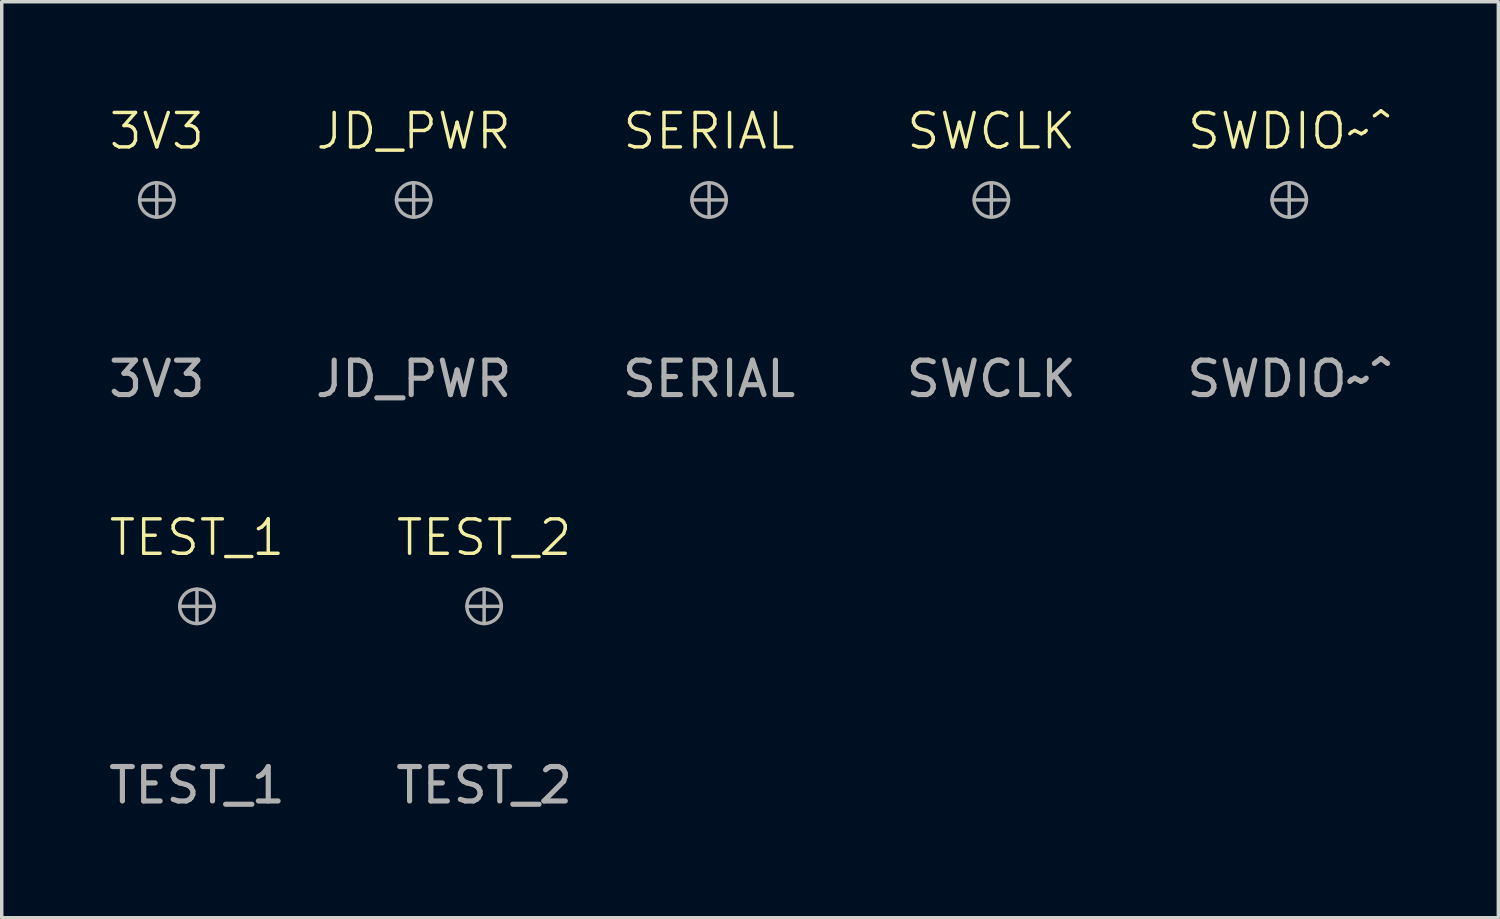
<source format=kicad_pcb>
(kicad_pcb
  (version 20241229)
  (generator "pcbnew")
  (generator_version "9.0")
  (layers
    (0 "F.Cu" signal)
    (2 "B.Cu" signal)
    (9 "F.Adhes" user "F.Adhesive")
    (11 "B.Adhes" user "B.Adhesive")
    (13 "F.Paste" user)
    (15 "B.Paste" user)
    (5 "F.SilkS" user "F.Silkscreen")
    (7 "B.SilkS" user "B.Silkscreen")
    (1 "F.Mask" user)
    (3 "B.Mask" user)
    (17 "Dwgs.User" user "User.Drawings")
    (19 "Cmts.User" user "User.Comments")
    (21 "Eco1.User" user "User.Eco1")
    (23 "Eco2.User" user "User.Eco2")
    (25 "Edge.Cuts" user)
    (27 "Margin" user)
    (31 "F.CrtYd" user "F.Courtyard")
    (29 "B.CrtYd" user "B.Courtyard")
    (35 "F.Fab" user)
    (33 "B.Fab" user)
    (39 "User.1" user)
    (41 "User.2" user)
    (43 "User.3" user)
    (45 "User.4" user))
  (footprint "TEST_2"
    (layer "F.Cu")
    (at 11.018 14.569)
    (property "Reference" "TEST_2" (at 0 -2 0) (unlocked yes) (layer "F.SilkS") (effects (font (size 1 1) (thickness 0.1))))
    (attr exclude_from_pos_files exclude_from_bom allow_missing_courtyard dnp)
    (fp_line (start -0.5 0) (end 0.5 0) (stroke (width 0.1) (type solid)) (layer "F.Fab"))
    (fp_line (start 0 -0.5) (end 0 0.5) (stroke (width 0.1) (type solid)) (layer "F.Fab"))
    (fp_circle (center 0 0) (end 0.5 0) (stroke (width 0.1) (type solid)) (fill no) (layer "F.Fab"))
    (fp_line (start 0 0) (end 0 0) (stroke (width 0.01) (type solid)) (layer "User.1"))
    (fp_line (start 0 0) (end 0 0) (stroke (width 0.011) (type solid)) (layer "User.1"))
    (fp_line (start 0 0) (end 0 0) (stroke (width 0.021) (type solid)) (layer "User.1"))
    (fp_line (start 0 0) (end 0 0) (stroke (width 0.031) (type solid)) (layer "User.1"))
    (fp_line (start 0 0) (end 0 0) (stroke (width 0.041) (type solid)) (layer "User.1"))
    (fp_line (start 0 0) (end 0 0) (stroke (width 0.051) (type solid)) (layer "User.1"))
    (fp_line (start 0 0) (end 0 0) (stroke (width 0.06) (type solid)) (layer "User.1"))
    (fp_text user "${REFERENCE}" (at 0 5.2 0) (unlocked yes) (layer "F.Fab") (effects (font (size 1 1) (thickness 0.15))))
    (pad "1" smd circle (at 0 0) (size 0.125 0.125) (layers "F.Cu"))
    (zone (net_name "") (layers "F.Cu" "B.Cu") (hatch edge 0.5) (connect_pads) (min_thickness 0.25) (filled_areas_thickness no) (keepout (tracks allowed) (vias not_allowed) (pads allowed) (copperpour not_allowed) (footprints allowed)) (placement (enabled no)) (fill) (polygon (pts (xy 11.514 14.504) (xy 11.48 14.378) (xy 11.415 14.265) (xy 11.322 14.173) (xy 11.209 14.107) (xy 11.083 14.074) (xy 10.953 14.074) (xy 10.827 14.107) (xy 10.713 14.173) (xy 10.621 14.265) (xy 10.556 14.378) (xy 10.522 14.504) (xy 10.522 14.635) (xy 10.556 14.761) (xy 10.621 14.874) (xy 10.713 14.966) (xy 10.827 15.031) (xy 10.953 15.065) (xy 11.083 15.065) (xy 11.209 15.031) (xy 11.322 14.966) (xy 11.415 14.874) (xy 11.48 14.761) (xy 11.514 14.635)))))
  (footprint "SWCLK"
    (layer "F.Cu")
    (at 25.756 2.76)
    (property "Reference" "SWCLK" (at 0 -2 0) (unlocked yes) (layer "F.SilkS") (effects (font (size 1 1) (thickness 0.1))))
    (attr exclude_from_pos_files exclude_from_bom allow_missing_courtyard dnp)
    (fp_line (start -0.5 0) (end 0.5 0) (stroke (width 0.1) (type solid)) (layer "F.Fab"))
    (fp_line (start 0 -0.5) (end 0 0.5) (stroke (width 0.1) (type solid)) (layer "F.Fab"))
    (fp_circle (center 0 0) (end 0.5 0) (stroke (width 0.1) (type solid)) (fill no) (layer "F.Fab"))
    (fp_line (start 0 0) (end 0 0) (stroke (width 0.01) (type solid)) (layer "User.1"))
    (fp_line (start 0 0) (end 0 0) (stroke (width 0.011) (type solid)) (layer "User.1"))
    (fp_line (start 0 0) (end 0 0) (stroke (width 0.021) (type solid)) (layer "User.1"))
    (fp_line (start 0 0) (end 0 0) (stroke (width 0.031) (type solid)) (layer "User.1"))
    (fp_line (start 0 0) (end 0 0) (stroke (width 0.041) (type solid)) (layer "User.1"))
    (fp_line (start 0 0) (end 0 0) (stroke (width 0.051) (type solid)) (layer "User.1"))
    (fp_text user "${REFERENCE}" (at 0 5.2 0) (unlocked yes) (layer "F.Fab") (effects (font (size 1 1) (thickness 0.15))))
    (pad "1" smd circle (at 0 0) (size 0.125 0.125) (layers "F.Cu"))
    (zone (net_name "") (layers "F.Cu" "B.Cu") (hatch edge 0.5) (connect_pads) (min_thickness 0.25) (filled_areas_thickness no) (keepout (tracks allowed) (vias not_allowed) (pads allowed) (copperpour not_allowed) (footprints allowed)) (placement (enabled no)) (fill) (polygon (pts (xy 26.252 2.695) (xy 26.218 2.569) (xy 26.153 2.456) (xy 26.06 2.364) (xy 25.947 2.299) (xy 25.821 2.265) (xy 25.691 2.265) (xy 25.565 2.299) (xy 25.452 2.364) (xy 25.359 2.456) (xy 25.294 2.569) (xy 25.26 2.695) (xy 25.26 2.826) (xy 25.294 2.952) (xy 25.359 3.065) (xy 25.452 3.157) (xy 25.565 3.222) (xy 25.691 3.256) (xy 25.821 3.256) (xy 25.947 3.222) (xy 26.06 3.157) (xy 26.153 3.065) (xy 26.218 2.952) (xy 26.252 2.826)))))
  (footprint "SERIAL"
    (layer "F.Cu")
    (at 17.554 2.76)
    (property "Reference" "SERIAL" (at 0 -2 0) (unlocked yes) (layer "F.SilkS") (effects (font (size 1 1) (thickness 0.1))))
    (attr exclude_from_pos_files exclude_from_bom allow_missing_courtyard dnp)
    (fp_line (start -0.5 0) (end 0.5 0) (stroke (width 0.1) (type solid)) (layer "F.Fab"))
    (fp_line (start 0 -0.5) (end 0 0.5) (stroke (width 0.1) (type solid)) (layer "F.Fab"))
    (fp_circle (center 0 0) (end 0.5 0) (stroke (width 0.1) (type solid)) (fill no) (layer "F.Fab"))
    (fp_line (start 0 0) (end 0 0) (stroke (width 0.01) (type solid)) (layer "User.1"))
    (fp_line (start 0 0) (end 0 0) (stroke (width 0.011) (type solid)) (layer "User.1"))
    (fp_line (start 0 0) (end 0 0) (stroke (width 0.021) (type solid)) (layer "User.1"))
    (fp_line (start 0 0) (end 0 0) (stroke (width 0.031) (type solid)) (layer "User.1"))
    (fp_line (start 0 0) (end 0 0) (stroke (width 0.041) (type solid)) (layer "User.1"))
    (fp_line (start 0 0) (end 0 0) (stroke (width 0.051) (type solid)) (layer "User.1"))
    (fp_line (start 0 0) (end 0 0) (stroke (width 0.061) (type solid)) (layer "User.1"))
    (fp_text user "${REFERENCE}" (at 0 5.2 0) (unlocked yes) (layer "F.Fab") (effects (font (size 1 1) (thickness 0.15))))
    (pad "1" smd circle (at 0 0) (size 0.125 0.125) (layers "F.Cu"))
    (zone (net_name "") (layers "F.Cu" "B.Cu") (hatch edge 0.5) (connect_pads) (min_thickness 0.25) (filled_areas_thickness no) (keepout (tracks allowed) (vias not_allowed) (pads allowed) (copperpour not_allowed) (footprints allowed)) (placement (enabled no)) (fill) (polygon (pts (xy 18.049 2.695) (xy 18.016 2.569) (xy 17.95 2.456) (xy 17.858 2.364) (xy 17.745 2.299) (xy 17.619 2.265) (xy 17.488 2.265) (xy 17.362 2.299) (xy 17.249 2.364) (xy 17.157 2.456) (xy 17.092 2.569) (xy 17.058 2.695) (xy 17.058 2.826) (xy 17.092 2.952) (xy 17.157 3.065) (xy 17.249 3.157) (xy 17.362 3.222) (xy 17.488 3.256) (xy 17.619 3.256) (xy 17.745 3.222) (xy 17.858 3.157) (xy 17.95 3.065) (xy 18.016 2.952) (xy 18.049 2.826)))))
  (footprint "JD_PWR"
    (layer "F.Cu")
    (at 8.97 2.76)
    (property "Reference" "JD_PWR" (at 0 -2 0) (unlocked yes) (layer "F.SilkS") (effects (font (size 1 1) (thickness 0.1))))
    (attr exclude_from_pos_files exclude_from_bom allow_missing_courtyard dnp)
    (fp_line (start -0.5 0) (end 0.5 0) (stroke (width 0.1) (type solid)) (layer "F.Fab"))
    (fp_line (start 0 -0.5) (end 0 0.5) (stroke (width 0.1) (type solid)) (layer "F.Fab"))
    (fp_circle (center 0 0) (end 0.5 0) (stroke (width 0.1) (type solid)) (fill no) (layer "F.Fab"))
    (fp_line (start 0 0) (end 0 0) (stroke (width 0.01) (type solid)) (layer "User.1"))
    (fp_line (start 0 0) (end 0 0) (stroke (width 0.011) (type solid)) (layer "User.1"))
    (fp_line (start 0 0) (end 0 0) (stroke (width 0.021) (type solid)) (layer "User.1"))
    (fp_line (start 0 0) (end 0 0) (stroke (width 0.031) (type solid)) (layer "User.1"))
    (fp_line (start 0 0) (end 0 0) (stroke (width 0.041) (type solid)) (layer "User.1"))
    (fp_line (start 0 0) (end 0 0) (stroke (width 0.051) (type solid)) (layer "User.1"))
    (fp_line (start 0 0) (end 0 0) (stroke (width 0.061) (type solid)) (layer "User.1"))
    (fp_text user "${REFERENCE}" (at 0 5.2 0) (unlocked yes) (layer "F.Fab") (effects (font (size 1 1) (thickness 0.15))))
    (pad "1" smd circle (at 0 0) (size 0.125 0.125) (layers "F.Cu"))
    (zone (net_name "") (layers "F.Cu" "B.Cu") (hatch edge 0.5) (connect_pads) (min_thickness 0.25) (filled_areas_thickness no) (keepout (tracks allowed) (vias not_allowed) (pads allowed) (copperpour not_allowed) (footprints allowed)) (placement (enabled no)) (fill) (polygon (pts (xy 9.466 2.695) (xy 9.432 2.569) (xy 9.367 2.456) (xy 9.275 2.364) (xy 9.162 2.299) (xy 9.036 2.265) (xy 8.905 2.265) (xy 8.779 2.299) (xy 8.666 2.364) (xy 8.574 2.456) (xy 8.508 2.569) (xy 8.475 2.695) (xy 8.475 2.826) (xy 8.508 2.952) (xy 8.574 3.065) (xy 8.666 3.157) (xy 8.779 3.222) (xy 8.905 3.256) (xy 9.036 3.256) (xy 9.162 3.222) (xy 9.275 3.157) (xy 9.367 3.065) (xy 9.432 2.952) (xy 9.466 2.826)))))
  (footprint "SWDIO~^"
    (layer "F.Cu")
    (at 34.411 2.76)
    (property "Reference" "SWDIO~^" (at 0 -2 0) (unlocked yes) (layer "F.SilkS") (effects (font (size 1 1) (thickness 0.1))))
    (attr exclude_from_pos_files exclude_from_bom allow_missing_courtyard dnp)
    (fp_line (start -0.5 0) (end 0.5 0) (stroke (width 0.1) (type solid)) (layer "F.Fab"))
    (fp_line (start 0 -0.5) (end 0 0.5) (stroke (width 0.1) (type solid)) (layer "F.Fab"))
    (fp_circle (center 0 0) (end 0.5 0) (stroke (width 0.1) (type solid)) (fill no) (layer "F.Fab"))
    (fp_line (start 0 0) (end 0 0) (stroke (width 0.01) (type solid)) (layer "User.1"))
    (fp_line (start 0 0) (end 0 0) (stroke (width 0.011) (type solid)) (layer "User.1"))
    (fp_line (start 0 0) (end 0 0) (stroke (width 0.021) (type solid)) (layer "User.1"))
    (fp_line (start 0 0) (end 0 0) (stroke (width 0.031) (type solid)) (layer "User.1"))
    (fp_line (start 0 0) (end 0 0) (stroke (width 0.041) (type solid)) (layer "User.1"))
    (fp_line (start 0 0) (end 0 0) (stroke (width 0.051) (type solid)) (layer "User.1"))
    (fp_line (start 0 0) (end 0 0) (stroke (width 0.061) (type solid)) (layer "User.1"))
    (fp_line (start 0 0) (end 0 0) (stroke (width 0.071) (type solid)) (layer "User.1"))
    (fp_text user "${REFERENCE}" (at 0 5.2 0) (unlocked yes) (layer "F.Fab") (effects (font (size 1 1) (thickness 0.15))))
    (pad "1" smd circle (at 0 0) (size 0.125 0.125) (layers "F.Cu"))
    (zone (net_name "") (layers "F.Cu" "B.Cu") (hatch edge 0.5) (connect_pads) (min_thickness 0.25) (filled_areas_thickness no) (keepout (tracks allowed) (vias not_allowed) (pads allowed) (copperpour not_allowed) (footprints allowed)) (placement (enabled no)) (fill) (polygon (pts (xy 34.906 2.695) (xy 34.873 2.569) (xy 34.807 2.456) (xy 34.715 2.364) (xy 34.602 2.299) (xy 34.476 2.265) (xy 34.345 2.265) (xy 34.219 2.299) (xy 34.106 2.364) (xy 34.014 2.456) (xy 33.949 2.569) (xy 33.915 2.695) (xy 33.915 2.826) (xy 33.949 2.952) (xy 34.014 3.065) (xy 34.106 3.157) (xy 34.219 3.222) (xy 34.345 3.256) (xy 34.476 3.256) (xy 34.602 3.222) (xy 34.715 3.157) (xy 34.807 3.065) (xy 34.873 2.952) (xy 34.906 2.826)))))
  (footprint "TEST_1"
    (layer "F.Cu")
    (at 2.673 14.569)
    (property "Reference" "TEST_1" (at 0 -2 0) (unlocked yes) (layer "F.SilkS") (effects (font (size 1 1) (thickness 0.1))))
    (attr exclude_from_pos_files exclude_from_bom allow_missing_courtyard dnp)
    (fp_line (start -0.5 0) (end 0.5 0) (stroke (width 0.1) (type solid)) (layer "F.Fab"))
    (fp_line (start 0 -0.5) (end 0 0.5) (stroke (width 0.1) (type solid)) (layer "F.Fab"))
    (fp_circle (center 0 0) (end 0.5 0) (stroke (width 0.1) (type solid)) (fill no) (layer "F.Fab"))
    (fp_line (start 0 0) (end 0 0) (stroke (width 0.01) (type solid)) (layer "User.1"))
    (fp_line (start 0 0) (end 0 0) (stroke (width 0.011) (type solid)) (layer "User.1"))
    (fp_line (start 0 0) (end 0 0) (stroke (width 0.021) (type solid)) (layer "User.1"))
    (fp_line (start 0 0) (end 0 0) (stroke (width 0.031) (type solid)) (layer "User.1"))
    (fp_line (start 0 0) (end 0 0) (stroke (width 0.041) (type solid)) (layer "User.1"))
    (fp_line (start 0 0) (end 0 0) (stroke (width 0.051) (type solid)) (layer "User.1"))
    (fp_line (start 0 0) (end 0 0) (stroke (width 0.06) (type solid)) (layer "User.1"))
    (fp_text user "${REFERENCE}" (at 0 5.2 0) (unlocked yes) (layer "F.Fab") (effects (font (size 1 1) (thickness 0.15))))
    (pad "1" smd circle (at 0 0) (size 0.125 0.125) (layers "F.Cu"))
    (zone (net_name "") (layers "F.Cu" "B.Cu") (hatch edge 0.5) (connect_pads) (min_thickness 0.25) (filled_areas_thickness no) (keepout (tracks allowed) (vias not_allowed) (pads allowed) (copperpour not_allowed) (footprints allowed)) (placement (enabled no)) (fill) (polygon (pts (xy 3.168 14.504) (xy 3.135 14.378) (xy 3.069 14.265) (xy 2.977 14.173) (xy 2.864 14.107) (xy 2.738 14.074) (xy 2.607 14.074) (xy 2.481 14.107) (xy 2.368 14.173) (xy 2.276 14.265) (xy 2.211 14.378) (xy 2.177 14.504) (xy 2.177 14.635) (xy 2.211 14.761) (xy 2.276 14.874) (xy 2.368 14.966) (xy 2.481 15.031) (xy 2.607 15.065) (xy 2.738 15.065) (xy 2.864 15.031) (xy 2.977 14.966) (xy 3.069 14.874) (xy 3.135 14.761) (xy 3.168 14.635)))))
  (footprint "3V3"
    (layer "F.Cu")
    (at 1.506 2.76)
    (property "Reference" "3V3" (at 0 -2 0) (unlocked yes) (layer "F.SilkS") (effects (font (size 1 1) (thickness 0.1))))
    (attr exclude_from_pos_files exclude_from_bom allow_missing_courtyard dnp)
    (fp_line (start -0.5 0) (end 0.5 0) (stroke (width 0.1) (type solid)) (layer "F.Fab"))
    (fp_line (start 0 -0.5) (end 0 0.5) (stroke (width 0.1) (type solid)) (layer "F.Fab"))
    (fp_circle (center 0 0) (end 0.5 0) (stroke (width 0.1) (type solid)) (fill no) (layer "F.Fab"))
    (fp_line (start 0 0) (end 0 0) (stroke (width 0.01) (type solid)) (layer "User.1"))
    (fp_line (start 0 0) (end 0 0) (stroke (width 0.011) (type solid)) (layer "User.1"))
    (fp_line (start 0 0) (end 0 0) (stroke (width 0.021) (type solid)) (layer "User.1"))
    (fp_line (start 0 0) (end 0 0) (stroke (width 0.031) (type solid)) (layer "User.1"))
    (fp_text user "${REFERENCE}" (at 0 5.2 0) (unlocked yes) (layer "F.Fab") (effects (font (size 1 1) (thickness 0.15))))
    (pad "1" smd circle (at 0 0) (size 0.125 0.125) (layers "F.Cu"))
    (zone (net_name "") (layers "F.Cu" "B.Cu") (hatch edge 0.5) (connect_pads) (min_thickness 0.25) (filled_areas_thickness no) (keepout (tracks allowed) (vias not_allowed) (pads allowed) (copperpour not_allowed) (footprints allowed)) (placement (enabled no)) (fill) (polygon (pts (xy 2.002 2.695) (xy 1.968 2.569) (xy 1.903 2.456) (xy 1.81 2.364) (xy 1.697 2.299) (xy 1.571 2.265) (xy 1.441 2.265) (xy 1.315 2.299) (xy 1.202 2.364) (xy 1.109 2.456) (xy 1.044 2.569) (xy 1.01 2.695) (xy 1.01 2.826) (xy 1.044 2.952) (xy 1.109 3.065) (xy 1.202 3.157) (xy 1.315 3.222) (xy 1.441 3.256) (xy 1.571 3.256) (xy 1.697 3.222) (xy 1.81 3.157) (xy 1.903 3.065) (xy 1.968 2.952) (xy 2.002 2.826)))))
  (gr_rect
    (start -3 -3)
    (end 40.488 23.617)
    (stroke (width 0.1) (type default))
    (fill no)
    (layer "Edge.Cuts")))
</source>
